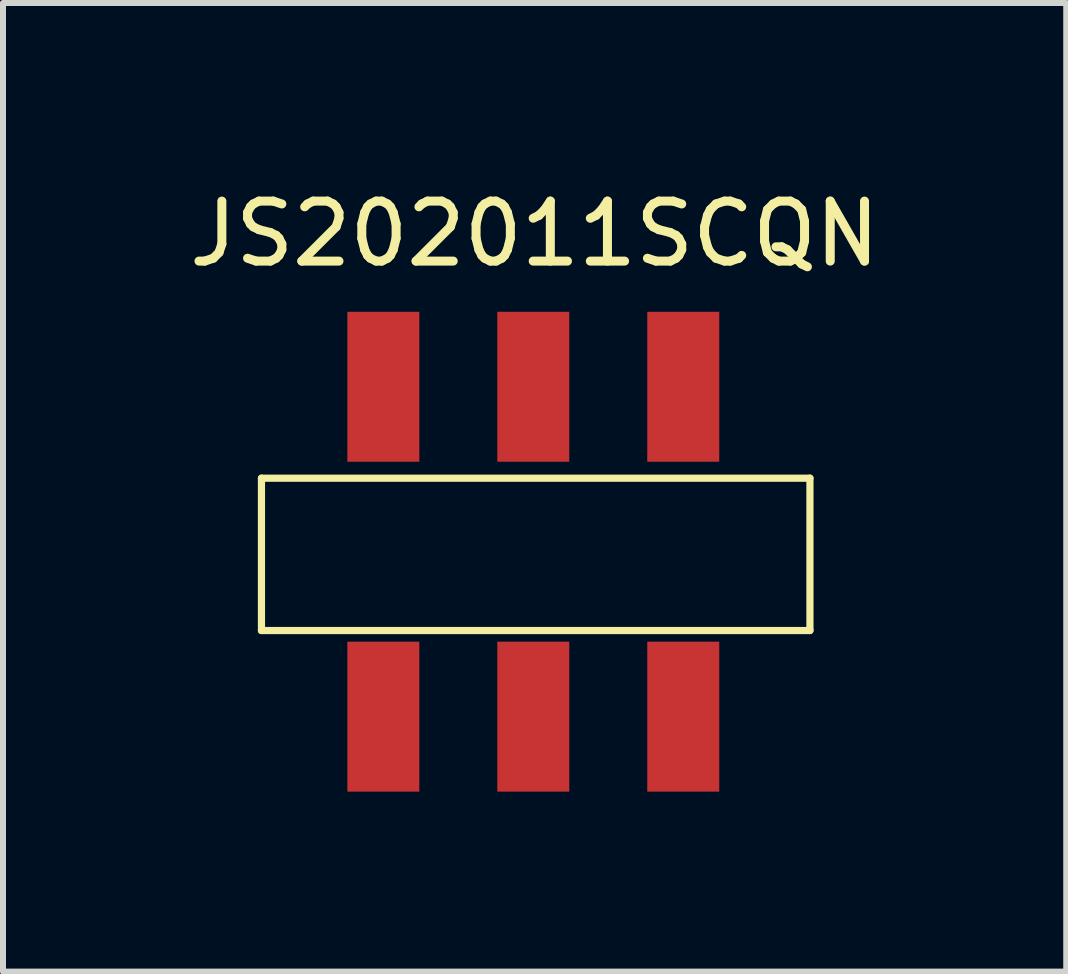
<source format=kicad_pcb>
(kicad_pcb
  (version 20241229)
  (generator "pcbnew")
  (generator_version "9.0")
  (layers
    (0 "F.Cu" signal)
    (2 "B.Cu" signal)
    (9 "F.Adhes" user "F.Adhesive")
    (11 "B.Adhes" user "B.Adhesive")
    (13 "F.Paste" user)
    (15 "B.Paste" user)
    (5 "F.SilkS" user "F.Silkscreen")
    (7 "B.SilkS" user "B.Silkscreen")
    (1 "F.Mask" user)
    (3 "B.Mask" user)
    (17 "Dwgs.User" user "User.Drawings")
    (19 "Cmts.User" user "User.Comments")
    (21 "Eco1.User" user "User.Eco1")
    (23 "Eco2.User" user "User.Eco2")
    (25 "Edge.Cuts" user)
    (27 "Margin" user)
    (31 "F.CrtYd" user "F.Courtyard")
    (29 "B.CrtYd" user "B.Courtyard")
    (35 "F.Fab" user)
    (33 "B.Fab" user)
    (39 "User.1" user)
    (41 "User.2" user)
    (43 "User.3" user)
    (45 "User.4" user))
  (footprint "JS202011SCQN"
    (layer "F.Cu")
    (at 3.341 3.398)
    (property "Reference" "JS202011SCQN" (at 2.522 -2.55 0) (layer "F.SilkS") (effects (font (size 1 1) (thickness 0.15))))
    (attr smd)
    (fp_line (start -2.032 1.524) (end 7.112 1.524) (stroke (width 0.12) (type solid)) (layer "F.SilkS"))
    (fp_line (start -2.032 4.064) (end -2.032 1.524) (stroke (width 0.12) (type solid)) (layer "F.SilkS"))
    (fp_line (start 7.112 1.524) (end 7.112 4.064) (stroke (width 0.12) (type solid)) (layer "F.SilkS"))
    (fp_line (start 7.112 4.064) (end -2.032 4.064) (stroke (width 0.12) (type solid)) (layer "F.SilkS"))
    (pad "1" smd rect (at 0 5.5) (size 1.2 2.5) (layers "F.Cu" "F.Mask" "F.Paste"))
    (pad "2" smd rect (at 2.5 5.5) (size 1.2 2.5) (layers "F.Cu" "F.Mask" "F.Paste"))
    (pad "3" smd rect (at 5 5.5) (size 1.2 2.5) (layers "F.Cu" "F.Mask" "F.Paste"))
    (pad "4" smd rect (at 5 0) (size 1.2 2.5) (layers "F.Cu" "F.Mask" "F.Paste"))
    (pad "5" smd rect (at 2.5 0) (size 1.2 2.5) (layers "F.Cu" "F.Mask" "F.Paste"))
    (pad "6" smd rect (at 0 0) (size 1.2 2.5) (layers "F.Cu" "F.Mask" "F.Paste")))
  (gr_rect
    (start -3 -3)
    (end 14.726 13.148)
    (stroke (width 0.1) (type default))
    (fill no)
    (layer "Edge.Cuts")))
</source>
